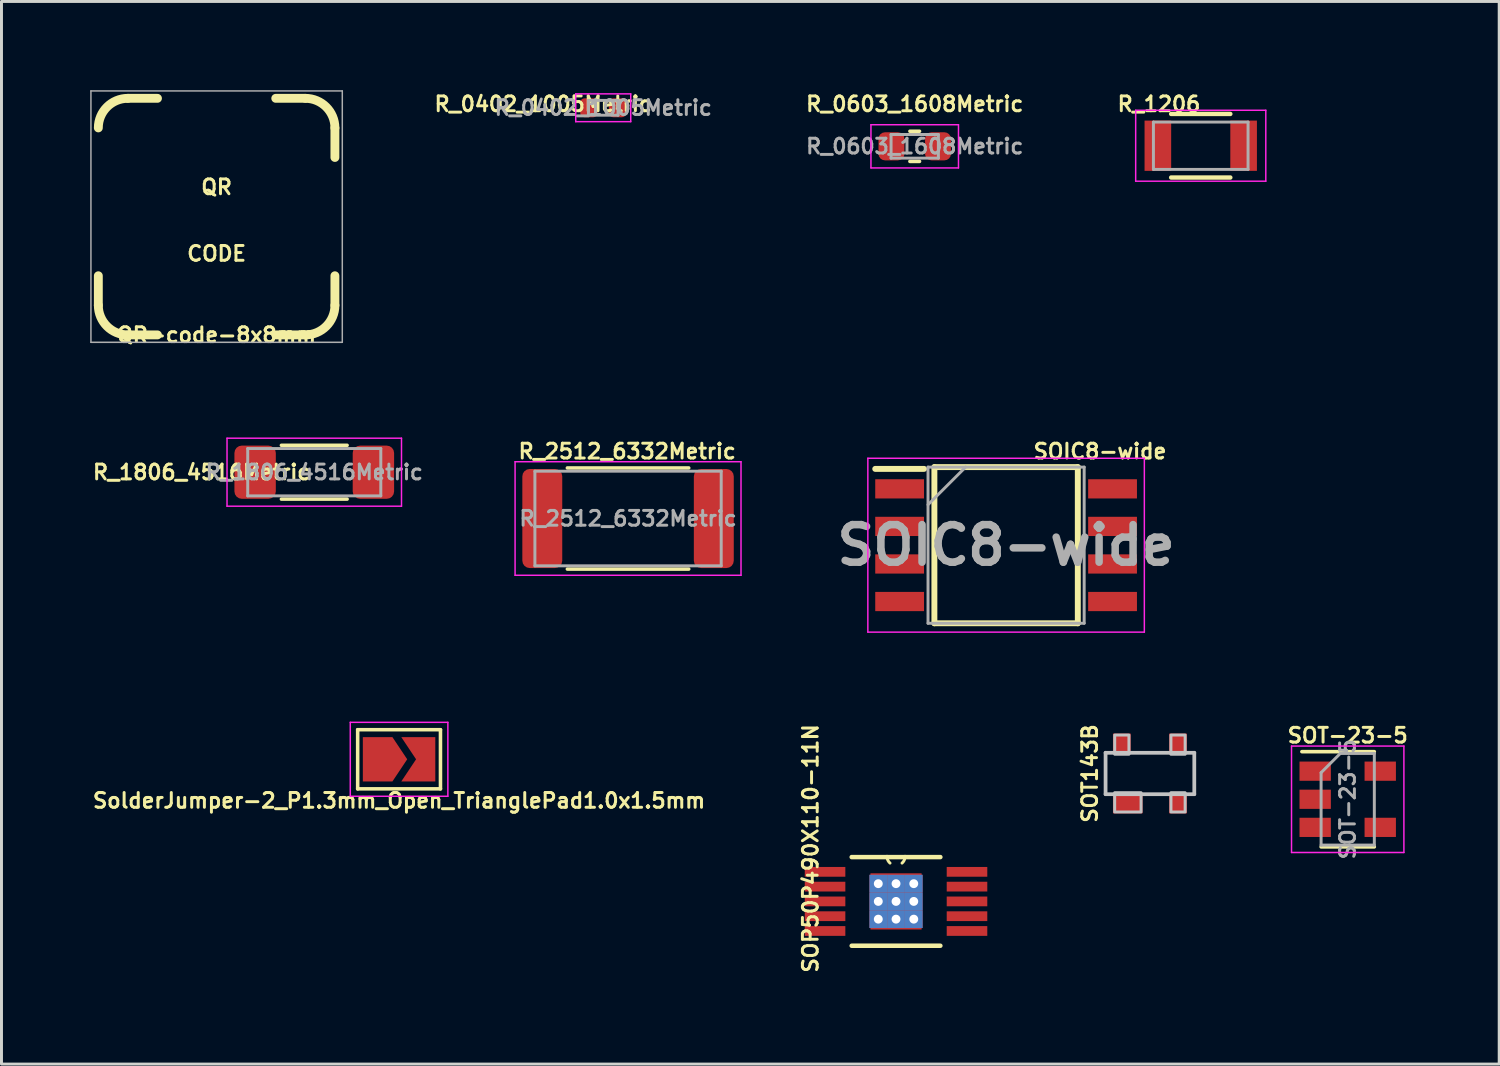
<source format=kicad_pcb>
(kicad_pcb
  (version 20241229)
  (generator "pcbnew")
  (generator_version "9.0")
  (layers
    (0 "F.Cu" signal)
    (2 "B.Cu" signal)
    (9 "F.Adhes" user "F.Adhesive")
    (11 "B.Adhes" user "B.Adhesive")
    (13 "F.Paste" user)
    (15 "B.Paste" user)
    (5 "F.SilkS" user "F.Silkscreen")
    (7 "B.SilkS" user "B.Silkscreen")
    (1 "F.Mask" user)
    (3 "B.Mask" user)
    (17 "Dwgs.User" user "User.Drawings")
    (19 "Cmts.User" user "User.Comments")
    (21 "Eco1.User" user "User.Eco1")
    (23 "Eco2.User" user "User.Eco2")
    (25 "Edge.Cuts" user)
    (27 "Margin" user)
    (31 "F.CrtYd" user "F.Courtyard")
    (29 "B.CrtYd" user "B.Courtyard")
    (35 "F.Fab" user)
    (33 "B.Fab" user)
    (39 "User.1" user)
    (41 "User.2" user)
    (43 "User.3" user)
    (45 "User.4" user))
  (footprint "SolderJumper-2_P1.3mm_Open_TrianglePad1.0x1.5mm"
    (layer "F.Cu")
    (at 10.445 22.626)
    (property "Reference" "SolderJumper-2_P1.3mm_Open_TrianglePad1.0x1.5mm" (at 0 1.397 0) (layer "F.SilkS") (effects (font (size 0.5 0.5) (thickness 0.1))))
    (attr exclude_from_pos_files exclude_from_bom)
    (fp_line (start -1.4 -1) (end 1.4 -1) (stroke (width 0.12) (type solid)) (layer "F.SilkS"))
    (fp_line (start -1.4 1) (end -1.4 -1) (stroke (width 0.12) (type solid)) (layer "F.SilkS"))
    (fp_line (start 1.4 -1) (end 1.4 1) (stroke (width 0.12) (type solid)) (layer "F.SilkS"))
    (fp_line (start 1.4 1) (end -1.4 1) (stroke (width 0.12) (type solid)) (layer "F.SilkS"))
    (fp_line (start -1.65 -1.25) (end -1.65 1.25) (stroke (width 0.05) (type solid)) (layer "F.CrtYd"))
    (fp_line (start -1.65 -1.25) (end 1.65 -1.25) (stroke (width 0.05) (type solid)) (layer "F.CrtYd"))
    (fp_line (start 1.65 1.25) (end -1.65 1.25) (stroke (width 0.05) (type solid)) (layer "F.CrtYd"))
    (fp_line (start 1.65 1.25) (end 1.65 -1.25) (stroke (width 0.05) (type solid)) (layer "F.CrtYd"))
    (pad "1" smd custom (at -0.725 0) (size 0.3 0.3) (layers "F.Cu" "F.Mask") (options (anchor rect)) (primitives (gr_poly (pts (xy -0.5 -0.75) (xy 0.5 -0.75) (xy 1 0) (xy 0.5 0.75) (xy -0.5 0.75)) (width 0) (fill yes))))
    (pad "2" smd custom (at 0.725 0) (size 0.3 0.3) (layers "F.Cu" "F.Mask") (options (anchor rect)) (primitives (gr_poly (pts (xy -0.65 -0.75) (xy 0.5 -0.75) (xy 0.5 0.75) (xy -0.65 0.75) (xy -0.15 0)) (width 0) (fill yes)))))
  (footprint "QR-code-8x8mm"
    (layer "F.Cu")
    (at 4.275 4.275)
    (property "Reference" "QR-code-8x8mm" (at 0 4 0) (layer "F.SilkS") (effects (font (size 0.5 0.5) (thickness 0.1))))
    (attr through_hole)
    (fp_line (start -4 3) (end -4 2) (stroke (width 0.3) (type solid)) (layer "F.SilkS"))
    (fp_line (start -3 -4) (end -2 -4) (stroke (width 0.3) (type solid)) (layer "F.SilkS"))
    (fp_line (start -3 4) (end -2 4) (stroke (width 0.3) (type solid)) (layer "F.SilkS"))
    (fp_line (start 2 -4) (end 3 -4) (stroke (width 0.3) (type solid)) (layer "F.SilkS"))
    (fp_line (start 3 4) (end 2 4) (stroke (width 0.3) (type solid)) (layer "F.SilkS"))
    (fp_line (start 4 -3) (end 4 -2) (stroke (width 0.3) (type solid)) (layer "F.SilkS"))
    (fp_line (start 4 3) (end 4 2) (stroke (width 0.3) (type solid)) (layer "F.SilkS"))
    (fp_arc (start -4 -3) (mid -3.707107 -3.707107) (end -3 -4) (stroke (width 0.3) (type solid)) (layer "F.SilkS"))
    (fp_arc (start -3 4) (mid -3.707107 3.707107) (end -4 3) (stroke (width 0.3) (type solid)) (layer "F.SilkS"))
    (fp_arc (start 3 -4) (mid 3.707107 -3.707107) (end 4 -3) (stroke (width 0.3) (type solid)) (layer "F.SilkS"))
    (fp_arc (start 4 3) (mid 3.707107 3.707107) (end 3 4) (stroke (width 0.3) (type solid)) (layer "F.SilkS"))
    (fp_line (start -4.25 -4.25) (end 4.25 -4.25) (stroke (width 0.05) (type solid)) (layer "F.Fab"))
    (fp_line (start -4.25 4.25) (end -4.25 -4.25) (stroke (width 0.05) (type solid)) (layer "F.Fab"))
    (fp_line (start 4.25 -4.25) (end 4.25 4.25) (stroke (width 0.05) (type solid)) (layer "F.Fab"))
    (fp_line (start 4.25 4.25) (end -4.25 4.25) (stroke (width 0.05) (type solid)) (layer "F.Fab"))
    (fp_text user "QR" (at 0 -1 0) (layer "F.SilkS") (effects (font (size 0.5 0.5) (thickness 0.1))))
    (fp_text user "CODE" (at 0 1.25 0) (layer "F.SilkS") (effects (font (size 0.5 0.5) (thickness 0.1)))))
  (footprint "SOP50P490X110-11N"
    (layer "F.Cu")
    (at 27.25 27.432)
    (property "Reference" "SOP50P490X110-11N" (at -2.892 -1.791 90) (layer "F.SilkS") (effects (font (size 0.5 0.5) (thickness 0.1))))
    (attr smd)
    (fp_line (start -1.499 1.499) (end 1.499 1.499) (stroke (width 0.152) (type solid)) (layer "F.SilkS"))
    (fp_line (start -0.305 -1.499) (end -1.499 -1.499) (stroke (width 0.152) (type solid)) (layer "F.SilkS"))
    (fp_line (start 0.305 -1.499) (end -0.305 -1.499) (stroke (width 0.152) (type solid)) (layer "F.SilkS"))
    (fp_line (start 1.499 -1.499) (end 0.305 -1.499) (stroke (width 0.152) (type solid)) (layer "F.SilkS"))
    (fp_arc (start -0.203201 -1.295399) (mid -0.27421 -1.386895) (end -0.3048 -1.4986) (stroke (width 0.1) (type solid)) (layer "F.SilkS"))
    (fp_arc (start 0.304799 -1.498599) (mid 0.274209 -1.386895) (end 0.2032 -1.2954) (stroke (width 0.1) (type solid)) (layer "F.SilkS"))
    (pad "1" smd rect (at -2.4 -1) (size 1.372 0.33) (layers "F.Cu" "F.Mask" "F.Paste"))
    (pad "2" smd rect (at -2.4 -0.5) (size 1.372 0.33) (layers "F.Cu" "F.Mask" "F.Paste"))
    (pad "3" smd rect (at -2.4 0) (size 1.372 0.33) (layers "F.Cu" "F.Mask" "F.Paste"))
    (pad "4" smd rect (at -2.4 0.5) (size 1.372 0.33) (layers "F.Cu" "F.Mask" "F.Paste"))
    (pad "5" smd rect (at -2.4 1) (size 1.372 0.33) (layers "F.Cu" "F.Mask" "F.Paste"))
    (pad "6" smd rect (at 2.4 1) (size 1.372 0.33) (layers "F.Cu" "F.Mask" "F.Paste"))
    (pad "7" smd rect (at 2.4 0.5) (size 1.372 0.33) (layers "F.Cu" "F.Mask" "F.Paste"))
    (pad "8" smd rect (at 2.4 0) (size 1.372 0.33) (layers "F.Cu" "F.Mask" "F.Paste"))
    (pad "9" smd rect (at 2.4 -0.5) (size 1.372 0.33) (layers "F.Cu" "F.Mask" "F.Paste"))
    (pad "10" smd rect (at 2.4 -1) (size 1.372 0.33) (layers "F.Cu" "F.Mask" "F.Paste"))
    (pad "11" thru_hole rect (at -0.6 -0.6) (size 0.6 0.6) (drill 0.3) (layers "*.Cu" "F.Mask"))
    (pad "11" thru_hole rect (at -0.6 0) (size 0.6 0.6) (drill 0.3) (layers "*.Cu" "F.Mask"))
    (pad "11" thru_hole rect (at -0.6 0.6) (size 0.6 0.6) (drill 0.3) (layers "*.Cu" "F.Mask"))
    (pad "11" thru_hole rect (at 0 -0.6) (size 0.6 0.6) (drill 0.3) (layers "*.Cu" "F.Mask"))
    (pad "11" thru_hole rect (at 0 0) (size 0.6 0.6) (drill 0.3) (layers "*.Cu" "F.Mask"))
    (pad "11" smd rect (at 0 0) (size 1.73 1.9) (layers "F.Cu" "F.Mask" "F.Paste"))
    (pad "11" thru_hole rect (at 0 0.6) (size 0.6 0.6) (drill 0.3) (layers "*.Cu" "F.Mask"))
    (pad "11" thru_hole rect (at 0.6 -0.6) (size 0.6 0.6) (drill 0.3) (layers "*.Cu" "F.Mask"))
    (pad "11" thru_hole rect (at 0.6 0) (size 0.6 0.6) (drill 0.3) (layers "*.Cu" "F.Mask"))
    (pad "11" thru_hole rect (at 0.6 0.6) (size 0.6 0.6) (drill 0.3) (layers "*.Cu" "F.Mask")))
  (footprint "R_0402_1005Metric"
    (layer "F.Cu")
    (at 17.349 0.595)
    (property "Reference" "R_0402_1005Metric" (at -2.032 -0.127 0) (layer "F.SilkS") (effects (font (size 0.5 0.5) (thickness 0.1))))
    (attr smd)
    (fp_line (start -0.93 -0.47) (end 0.93 -0.47) (stroke (width 0.05) (type solid)) (layer "F.CrtYd"))
    (fp_line (start -0.93 0.47) (end -0.93 -0.47) (stroke (width 0.05) (type solid)) (layer "F.CrtYd"))
    (fp_line (start 0.93 -0.47) (end 0.93 0.47) (stroke (width 0.05) (type solid)) (layer "F.CrtYd"))
    (fp_line (start 0.93 0.47) (end -0.93 0.47) (stroke (width 0.05) (type solid)) (layer "F.CrtYd"))
    (fp_line (start -0.5 -0.25) (end 0.5 -0.25) (stroke (width 0.1) (type solid)) (layer "F.Fab"))
    (fp_line (start -0.5 0.25) (end -0.5 -0.25) (stroke (width 0.1) (type solid)) (layer "F.Fab"))
    (fp_line (start 0.5 -0.25) (end 0.5 0.25) (stroke (width 0.1) (type solid)) (layer "F.Fab"))
    (fp_line (start 0.5 0.25) (end -0.5 0.25) (stroke (width 0.1) (type solid)) (layer "F.Fab"))
    (fp_text user "${REFERENCE}" (at 0 0 0) (layer "F.Fab") (effects (font (size 0.5 0.5) (thickness 0.1))))
    (pad "1" smd roundrect (at -0.485 0) (size 0.59 0.64) (layers "F.Cu" "F.Mask" "F.Paste") (roundrect_rratio 0.25))
    (pad "2" smd roundrect (at 0.485 0) (size 0.59 0.64) (layers "F.Cu" "F.Mask" "F.Paste") (roundrect_rratio 0.25)))
  (footprint "SOT143B"
    (layer "F.Cu")
    (at 35.836 23.106)
    (property "Reference" "SOT143B" (at -2.032 0 90) (layer "F.SilkS") (effects (font (size 0.5 0.5) (thickness 0.1))))
    (attr smd)
    (fp_poly (pts (xy -1.2 -1.3) (xy -0.7 -1.3) (xy -0.7 -0.7) (xy -1.2 -0.7)) (stroke (width 0) (type solid)) (fill yes) (layer "F.Paste"))
    (fp_poly (pts (xy -1.2 0.7) (xy -0.3 0.7) (xy -0.3 1.3) (xy -1.2 1.3)) (stroke (width 0) (type solid)) (fill yes) (layer "F.Paste"))
    (fp_poly (pts (xy 0.7 0.7) (xy 1.2 0.7) (xy 1.2 1.3) (xy 0.7 1.3)) (stroke (width 0) (type solid)) (fill yes) (layer "F.Paste"))
    (fp_poly (pts (xy 0.701 -1.3) (xy 1.2 -1.3) (xy 1.2 -0.701) (xy 0.701 -0.701)) (stroke (width 0) (type solid)) (fill yes) (layer "F.Paste"))
    (fp_line (start -1.5 -0.7) (end 1.5 -0.7) (stroke (width 0.127) (type solid)) (layer "Dwgs.User"))
    (fp_line (start -1.5 0.7) (end -1.5 -0.7) (stroke (width 0.127) (type solid)) (layer "Dwgs.User"))
    (fp_line (start 1.5 -0.7) (end 1.5 0.7) (stroke (width 0.127) (type solid)) (layer "Dwgs.User"))
    (fp_line (start 1.5 0.7) (end -1.5 0.7) (stroke (width 0.127) (type solid)) (layer "Dwgs.User"))
    (fp_poly (pts (xy -1.192 0.65) (xy -0.3 0.65) (xy -0.3 1.302) (xy -1.192 1.302)) (stroke (width 0.1) (type solid)) (fill no) (layer "Dwgs.User"))
    (fp_poly (pts (xy -1.191 -1.3) (xy -0.71 -1.3) (xy -0.71 -0.65) (xy -1.191 -0.65)) (stroke (width 0.1) (type solid)) (fill no) (layer "Dwgs.User"))
    (fp_poly (pts (xy 0.71 -1.3) (xy 1.19 -1.3) (xy 1.19 -0.65) (xy 0.71 -0.65)) (stroke (width 0.1) (type solid)) (fill no) (layer "Dwgs.User"))
    (fp_poly (pts (xy 0.711 0.65) (xy 1.19 0.65) (xy 1.19 1.302) (xy 0.711 1.302)) (stroke (width 0.1) (type solid)) (fill no) (layer "Dwgs.User"))
    (pad "1" smd rect (at -0.75 1) (size 1 0.7) (layers "F.Cu" "F.Mask" "F.Paste"))
    (pad "2" smd rect (at 0.95 1) (size 0.6 0.7) (layers "F.Cu" "F.Mask" "F.Paste"))
    (pad "3" smd rect (at 0.95 -1) (size 0.6 0.7) (layers "F.Cu" "F.Mask" "F.Paste"))
    (pad "4" smd rect (at -0.95 -1) (size 0.6 0.7) (layers "F.Cu" "F.Mask" "F.Paste")))
  (footprint "R_1806_4516Metric"
    (layer "F.Cu")
    (at 7.577 12.918)
    (property "Reference" "R_1806_4516Metric" (at -3.81 0 0) (layer "F.SilkS") (effects (font (size 0.5 0.5) (thickness 0.1))))
    (attr smd)
    (fp_line (start -1.111 -0.91) (end 1.111 -0.91) (stroke (width 0.12) (type solid)) (layer "F.SilkS"))
    (fp_line (start -1.111 0.91) (end 1.111 0.91) (stroke (width 0.12) (type solid)) (layer "F.SilkS"))
    (fp_line (start -2.95 -1.15) (end 2.95 -1.15) (stroke (width 0.05) (type solid)) (layer "F.CrtYd"))
    (fp_line (start -2.95 1.15) (end -2.95 -1.15) (stroke (width 0.05) (type solid)) (layer "F.CrtYd"))
    (fp_line (start 2.95 -1.15) (end 2.95 1.15) (stroke (width 0.05) (type solid)) (layer "F.CrtYd"))
    (fp_line (start 2.95 1.15) (end -2.95 1.15) (stroke (width 0.05) (type solid)) (layer "F.CrtYd"))
    (fp_line (start -2.25 -0.8) (end 2.25 -0.8) (stroke (width 0.1) (type solid)) (layer "F.Fab"))
    (fp_line (start -2.25 0.8) (end -2.25 -0.8) (stroke (width 0.1) (type solid)) (layer "F.Fab"))
    (fp_line (start 2.25 -0.8) (end 2.25 0.8) (stroke (width 0.1) (type solid)) (layer "F.Fab"))
    (fp_line (start 2.25 0.8) (end -2.25 0.8) (stroke (width 0.1) (type solid)) (layer "F.Fab"))
    (fp_text user "${REFERENCE}" (at 0 0 0) (layer "F.Fab") (effects (font (size 0.5 0.5) (thickness 0.1))))
    (pad "1" smd roundrect (at -2 0) (size 1.4 1.8) (layers "F.Cu" "F.Mask" "F.Paste") (roundrect_rratio 0.179))
    (pad "2" smd roundrect (at 2 0) (size 1.4 1.8) (layers "F.Cu" "F.Mask" "F.Paste") (roundrect_rratio 0.179)))
  (footprint "R_0603_1608Metric"
    (layer "F.Cu")
    (at 27.882 1.898)
    (property "Reference" "R_0603_1608Metric" (at 0 -1.43 0) (layer "F.SilkS") (effects (font (size 0.5 0.5) (thickness 0.1))))
    (attr smd)
    (fp_line (start -0.163 -0.51) (end 0.163 -0.51) (stroke (width 0.12) (type solid)) (layer "F.SilkS"))
    (fp_line (start -0.163 0.51) (end 0.163 0.51) (stroke (width 0.12) (type solid)) (layer "F.SilkS"))
    (fp_line (start -1.48 -0.73) (end 1.48 -0.73) (stroke (width 0.05) (type solid)) (layer "F.CrtYd"))
    (fp_line (start -1.48 0.73) (end -1.48 -0.73) (stroke (width 0.05) (type solid)) (layer "F.CrtYd"))
    (fp_line (start 1.48 -0.73) (end 1.48 0.73) (stroke (width 0.05) (type solid)) (layer "F.CrtYd"))
    (fp_line (start 1.48 0.73) (end -1.48 0.73) (stroke (width 0.05) (type solid)) (layer "F.CrtYd"))
    (fp_line (start -0.8 -0.4) (end 0.8 -0.4) (stroke (width 0.1) (type solid)) (layer "F.Fab"))
    (fp_line (start -0.8 0.4) (end -0.8 -0.4) (stroke (width 0.1) (type solid)) (layer "F.Fab"))
    (fp_line (start 0.8 -0.4) (end 0.8 0.4) (stroke (width 0.1) (type solid)) (layer "F.Fab"))
    (fp_line (start 0.8 0.4) (end -0.8 0.4) (stroke (width 0.1) (type solid)) (layer "F.Fab"))
    (fp_text user "${REFERENCE}" (at 0 0 0) (layer "F.Fab") (effects (font (size 0.5 0.5) (thickness 0.1))))
    (pad "1" smd roundrect (at -0.787 0) (size 0.875 0.95) (layers "F.Cu" "F.Mask" "F.Paste") (roundrect_rratio 0.25))
    (pad "2" smd roundrect (at 0.787 0) (size 0.875 0.95) (layers "F.Cu" "F.Mask" "F.Paste") (roundrect_rratio 0.25)))
  (footprint "SOT-23-5"
    (layer "F.Cu")
    (at 42.524 23.978)
    (property "Reference" "SOT-23-5" (at 0 -2.159 0) (layer "F.SilkS") (effects (font (size 0.5 0.5) (thickness 0.1))))
    (attr smd)
    (fp_line (start -0.9 1.61) (end 0.9 1.61) (stroke (width 0.12) (type solid)) (layer "F.SilkS"))
    (fp_line (start 0.9 -1.61) (end -1.55 -1.61) (stroke (width 0.12) (type solid)) (layer "F.SilkS"))
    (fp_line (start -1.9 -1.8) (end 1.9 -1.8) (stroke (width 0.05) (type solid)) (layer "F.CrtYd"))
    (fp_line (start -1.9 1.8) (end -1.9 -1.8) (stroke (width 0.05) (type solid)) (layer "F.CrtYd"))
    (fp_line (start 1.9 -1.8) (end 1.9 1.8) (stroke (width 0.05) (type solid)) (layer "F.CrtYd"))
    (fp_line (start 1.9 1.8) (end -1.9 1.8) (stroke (width 0.05) (type solid)) (layer "F.CrtYd"))
    (fp_line (start -0.9 -0.9) (end -0.9 1.55) (stroke (width 0.1) (type solid)) (layer "F.Fab"))
    (fp_line (start -0.9 -0.9) (end -0.25 -1.55) (stroke (width 0.1) (type solid)) (layer "F.Fab"))
    (fp_line (start 0.9 -1.55) (end -0.25 -1.55) (stroke (width 0.1) (type solid)) (layer "F.Fab"))
    (fp_line (start 0.9 -1.55) (end 0.9 1.55) (stroke (width 0.1) (type solid)) (layer "F.Fab"))
    (fp_line (start 0.9 1.55) (end -0.9 1.55) (stroke (width 0.1) (type solid)) (layer "F.Fab"))
    (fp_text user "${REFERENCE}" (at 0 0 90) (layer "F.Fab") (effects (font (size 0.5 0.5) (thickness 0.1))))
    (pad "1" smd rect (at -1.1 -0.95) (size 1.06 0.65) (layers "F.Cu" "F.Mask" "F.Paste"))
    (pad "2" smd rect (at -1.1 0) (size 1.06 0.65) (layers "F.Cu" "F.Mask" "F.Paste"))
    (pad "3" smd rect (at -1.1 0.95) (size 1.06 0.65) (layers "F.Cu" "F.Mask" "F.Paste"))
    (pad "4" smd rect (at 1.1 0.95) (size 1.06 0.65) (layers "F.Cu" "F.Mask" "F.Paste"))
    (pad "5" smd rect (at 1.1 -0.95) (size 1.06 0.65) (layers "F.Cu" "F.Mask" "F.Paste")))
  (footprint "SOIC8-wide"
    (layer "F.Cu")
    (at 30.972 15.386)
    (property "Reference" "SOIC8-wide" (at 3.175 -3.175 0) (layer "F.SilkS") (effects (font (size 0.5 0.5) (thickness 0.1))))
    (attr smd)
    (fp_line (start -4.425 -2.58) (end -2.775 -2.58) (stroke (width 0.2) (type solid)) (layer "F.SilkS"))
    (fp_line (start -2.425 -2.64) (end 2.425 -2.64) (stroke (width 0.2) (type solid)) (layer "F.SilkS"))
    (fp_line (start -2.425 2.64) (end -2.425 -2.64) (stroke (width 0.2) (type solid)) (layer "F.SilkS"))
    (fp_line (start 2.425 -2.64) (end 2.425 2.64) (stroke (width 0.2) (type solid)) (layer "F.SilkS"))
    (fp_line (start 2.425 2.64) (end -2.425 2.64) (stroke (width 0.2) (type solid)) (layer "F.SilkS"))
    (fp_line (start -4.675 -2.94) (end 4.675 -2.94) (stroke (width 0.05) (type solid)) (layer "F.CrtYd"))
    (fp_line (start -4.675 2.94) (end -4.675 -2.94) (stroke (width 0.05) (type solid)) (layer "F.CrtYd"))
    (fp_line (start 4.675 -2.94) (end 4.675 2.94) (stroke (width 0.05) (type solid)) (layer "F.CrtYd"))
    (fp_line (start 4.675 2.94) (end -4.675 2.94) (stroke (width 0.05) (type solid)) (layer "F.CrtYd"))
    (fp_line (start -2.64 -2.64) (end 2.64 -2.64) (stroke (width 0.1) (type solid)) (layer "F.Fab"))
    (fp_line (start -2.64 -1.37) (end -1.37 -2.64) (stroke (width 0.1) (type solid)) (layer "F.Fab"))
    (fp_line (start -2.64 2.64) (end -2.64 -2.64) (stroke (width 0.1) (type solid)) (layer "F.Fab"))
    (fp_line (start 2.64 -2.64) (end 2.64 2.64) (stroke (width 0.1) (type solid)) (layer "F.Fab"))
    (fp_line (start 2.64 2.64) (end -2.64 2.64) (stroke (width 0.1) (type solid)) (layer "F.Fab"))
    (fp_text user "${REFERENCE}" (at 0 0 0) (layer "F.Fab") (effects (font (size 1.27 1.27) (thickness 0.254))))
    (pad "1" smd rect (at -3.6 -1.905 90) (size 0.65 1.65) (layers "F.Cu" "F.Mask" "F.Paste"))
    (pad "2" smd rect (at -3.6 -0.635 90) (size 0.65 1.65) (layers "F.Cu" "F.Mask" "F.Paste"))
    (pad "3" smd rect (at -3.6 0.635 90) (size 0.65 1.65) (layers "F.Cu" "F.Mask" "F.Paste"))
    (pad "4" smd rect (at -3.6 1.905 90) (size 0.65 1.65) (layers "F.Cu" "F.Mask" "F.Paste"))
    (pad "5" smd rect (at 3.6 1.905 90) (size 0.65 1.65) (layers "F.Cu" "F.Mask" "F.Paste"))
    (pad "6" smd rect (at 3.6 0.635 90) (size 0.65 1.65) (layers "F.Cu" "F.Mask" "F.Paste"))
    (pad "7" smd rect (at 3.6 -0.635 90) (size 0.65 1.65) (layers "F.Cu" "F.Mask" "F.Paste"))
    (pad "8" smd rect (at 3.6 -1.905 90) (size 0.65 1.65) (layers "F.Cu" "F.Mask" "F.Paste")))
  (footprint "R_1206"
    (layer "F.Cu")
    (at 37.554 1.878)
    (property "Reference" "R_1206" (at -1.412 -1.41 0) (layer "F.SilkS") (effects (font (size 0.5 0.5) (thickness 0.1))))
    (attr smd)
    (fp_line (start -1 -1.075) (end 1 -1.075) (stroke (width 0.15) (type solid)) (layer "F.SilkS"))
    (fp_line (start 1 1.075) (end -1 1.075) (stroke (width 0.15) (type solid)) (layer "F.SilkS"))
    (fp_line (start -2.2 -1.2) (end -2.2 1.2) (stroke (width 0.05) (type solid)) (layer "F.CrtYd"))
    (fp_line (start -2.2 -1.2) (end 2.2 -1.2) (stroke (width 0.05) (type solid)) (layer "F.CrtYd"))
    (fp_line (start -2.2 1.2) (end 2.2 1.2) (stroke (width 0.05) (type solid)) (layer "F.CrtYd"))
    (fp_line (start 2.2 -1.2) (end 2.2 1.2) (stroke (width 0.05) (type solid)) (layer "F.CrtYd"))
    (fp_line (start -1.6 -0.8) (end 1.6 -0.8) (stroke (width 0.1) (type solid)) (layer "F.Fab"))
    (fp_line (start -1.6 0.8) (end -1.6 -0.8) (stroke (width 0.1) (type solid)) (layer "F.Fab"))
    (fp_line (start 1.6 -0.8) (end 1.6 0.8) (stroke (width 0.1) (type solid)) (layer "F.Fab"))
    (fp_line (start 1.6 0.8) (end -1.6 0.8) (stroke (width 0.1) (type solid)) (layer "F.Fab"))
    (pad "1" smd rect (at -1.45 0) (size 0.9 1.7) (layers "F.Cu" "F.Mask" "F.Paste"))
    (pad "2" smd rect (at 1.45 0) (size 0.9 1.7) (layers "F.Cu" "F.Mask" "F.Paste")))
  (footprint "R_2512_6332Metric"
    (layer "F.Cu")
    (at 18.188 14.484)
    (property "Reference" "R_2512_6332Metric" (at -0.029 -2.273 0) (layer "F.SilkS") (effects (font (size 0.5 0.5) (thickness 0.1))))
    (attr smd)
    (fp_line (start -2.052 -1.71) (end 2.052 -1.71) (stroke (width 0.12) (type solid)) (layer "F.SilkS"))
    (fp_line (start -2.052 1.71) (end 2.052 1.71) (stroke (width 0.12) (type solid)) (layer "F.SilkS"))
    (fp_line (start -3.82 -1.92) (end 3.82 -1.92) (stroke (width 0.05) (type solid)) (layer "F.CrtYd"))
    (fp_line (start -3.82 1.92) (end -3.82 -1.92) (stroke (width 0.05) (type solid)) (layer "F.CrtYd"))
    (fp_line (start 3.82 -1.92) (end 3.82 1.92) (stroke (width 0.05) (type solid)) (layer "F.CrtYd"))
    (fp_line (start 3.82 1.92) (end -3.82 1.92) (stroke (width 0.05) (type solid)) (layer "F.CrtYd"))
    (fp_line (start -3.15 -1.6) (end 3.15 -1.6) (stroke (width 0.1) (type solid)) (layer "F.Fab"))
    (fp_line (start -3.15 1.6) (end -3.15 -1.6) (stroke (width 0.1) (type solid)) (layer "F.Fab"))
    (fp_line (start 3.15 -1.6) (end 3.15 1.6) (stroke (width 0.1) (type solid)) (layer "F.Fab"))
    (fp_line (start 3.15 1.6) (end -3.15 1.6) (stroke (width 0.1) (type solid)) (layer "F.Fab"))
    (fp_text user "${REFERENCE}" (at 0 0 0) (layer "F.Fab") (effects (font (size 0.5 0.5) (thickness 0.1))))
    (pad "1" smd roundrect (at -2.9 0) (size 1.35 3.35) (layers "F.Cu" "F.Mask" "F.Paste") (roundrect_rratio 0.185))
    (pad "2" smd roundrect (at 2.9 0) (size 1.35 3.35) (layers "F.Cu" "F.Mask" "F.Paste") (roundrect_rratio 0.185)))
  (gr_rect
    (start -3 -3)
    (end 47.647 32.932)
    (stroke (width 0.1) (type default))
    (fill no)
    (layer "Edge.Cuts")))
</source>
